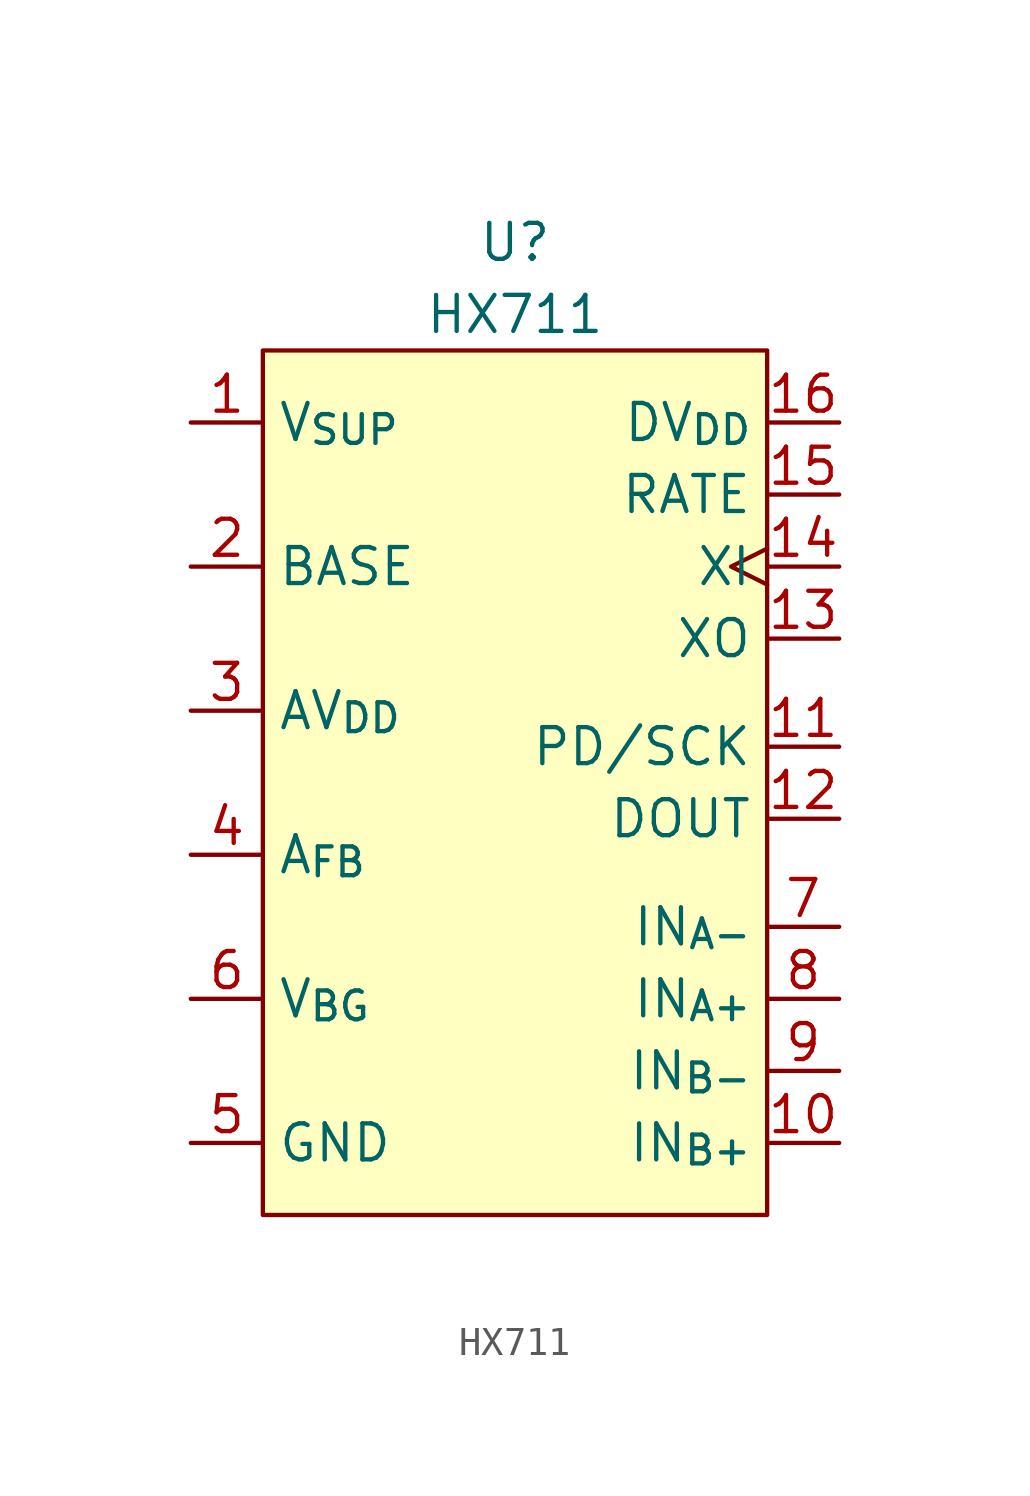
<source format=kicad_sym>
(kicad_symbol_lib
  (version 20211014)
  (generator kicad_symbol_editor)
  (symbol "HX711"
    (property "Reference" "U"
      (at 0 19.05 0)
      (effects (font (size 1.27 1.27))))
    (property "Value" "HX711"
      (at 0 16.51 0)
      (effects (font (size 1.27 1.27))))
    (symbol "HX711_0_1"
      (rectangle (start -8.89 15.24) (end 8.89 -15.24) (stroke (width 0.152) (type default) (color 0 0 0 0)) (fill (type background))))
    (symbol "HX711_1_1"
      (pin power_in line (at -11.43 12.7 0) (length 2.54) (name "V_{SUP}" (effects (font (size 1.27 1.27)))) (number "1" (effects (font (size 1.27 1.27)))))
      (pin input line (at 11.43 -12.7 180) (length 2.54) (name "IN_{B+}" (effects (font (size 1.27 1.27)))) (number "10" (effects (font (size 1.27 1.27)))))
      (pin input line (at 11.43 1.27 180) (length 2.54) (name "PD/SCK" (effects (font (size 1.27 1.27)))) (number "11" (effects (font (size 1.27 1.27)))))
      (pin output line (at 11.43 -1.27 180) (length 2.54) (name "DOUT" (effects (font (size 1.27 1.27)))) (number "12" (effects (font (size 1.27 1.27)))))
      (pin input line (at 11.43 5.08 180) (length 2.54) (name "XO" (effects (font (size 1.27 1.27)))) (number "13" (effects (font (size 1.27 1.27)))))
      (pin input clock (at 11.43 7.62 180) (length 2.54) (name "XI" (effects (font (size 1.27 1.27)))) (number "14" (effects (font (size 1.27 1.27)))))
      (pin input line (at 11.43 10.16 180) (length 2.54) (name "RATE" (effects (font (size 1.27 1.27)))) (number "15" (effects (font (size 1.27 1.27)))))
      (pin input line (at 11.43 12.7 180) (length 2.54) (name "DV_{DD}" (effects (font (size 1.27 1.27)))) (number "16" (effects (font (size 1.27 1.27)))))
      (pin power_out line (at -11.43 7.62 0) (length 2.54) (name "BASE" (effects (font (size 1.27 1.27)))) (number "2" (effects (font (size 1.27 1.27)))))
      (pin power_in line (at -11.43 2.54 0) (length 2.54) (name "AV_{DD}" (effects (font (size 1.27 1.27)))) (number "3" (effects (font (size 1.27 1.27)))))
      (pin input line (at -11.43 -2.54 0) (length 2.54) (name "A_{FB}" (effects (font (size 1.27 1.27)))) (number "4" (effects (font (size 1.27 1.27)))))
      (pin power_in line (at -11.43 -12.7 0) (length 2.54) (name "GND" (effects (font (size 1.27 1.27)))) (number "5" (effects (font (size 1.27 1.27)))))
      (pin power_out line (at -11.43 -7.62 0) (length 2.54) (name "V_{BG}" (effects (font (size 1.27 1.27)))) (number "6" (effects (font (size 1.27 1.27)))))
      (pin input line (at 11.43 -5.08 180) (length 2.54) (name "IN_{A-}" (effects (font (size 1.27 1.27)))) (number "7" (effects (font (size 1.27 1.27)))))
      (pin input line (at 11.43 -7.62 180) (length 2.54) (name "IN_{A+}" (effects (font (size 1.27 1.27)))) (number "8" (effects (font (size 1.27 1.27)))))
      (pin input line (at 11.43 -10.16 180) (length 2.54) (name "IN_{B-}" (effects (font (size 1.27 1.27)))) (number "9" (effects (font (size 1.27 1.27))))))))
</source>
